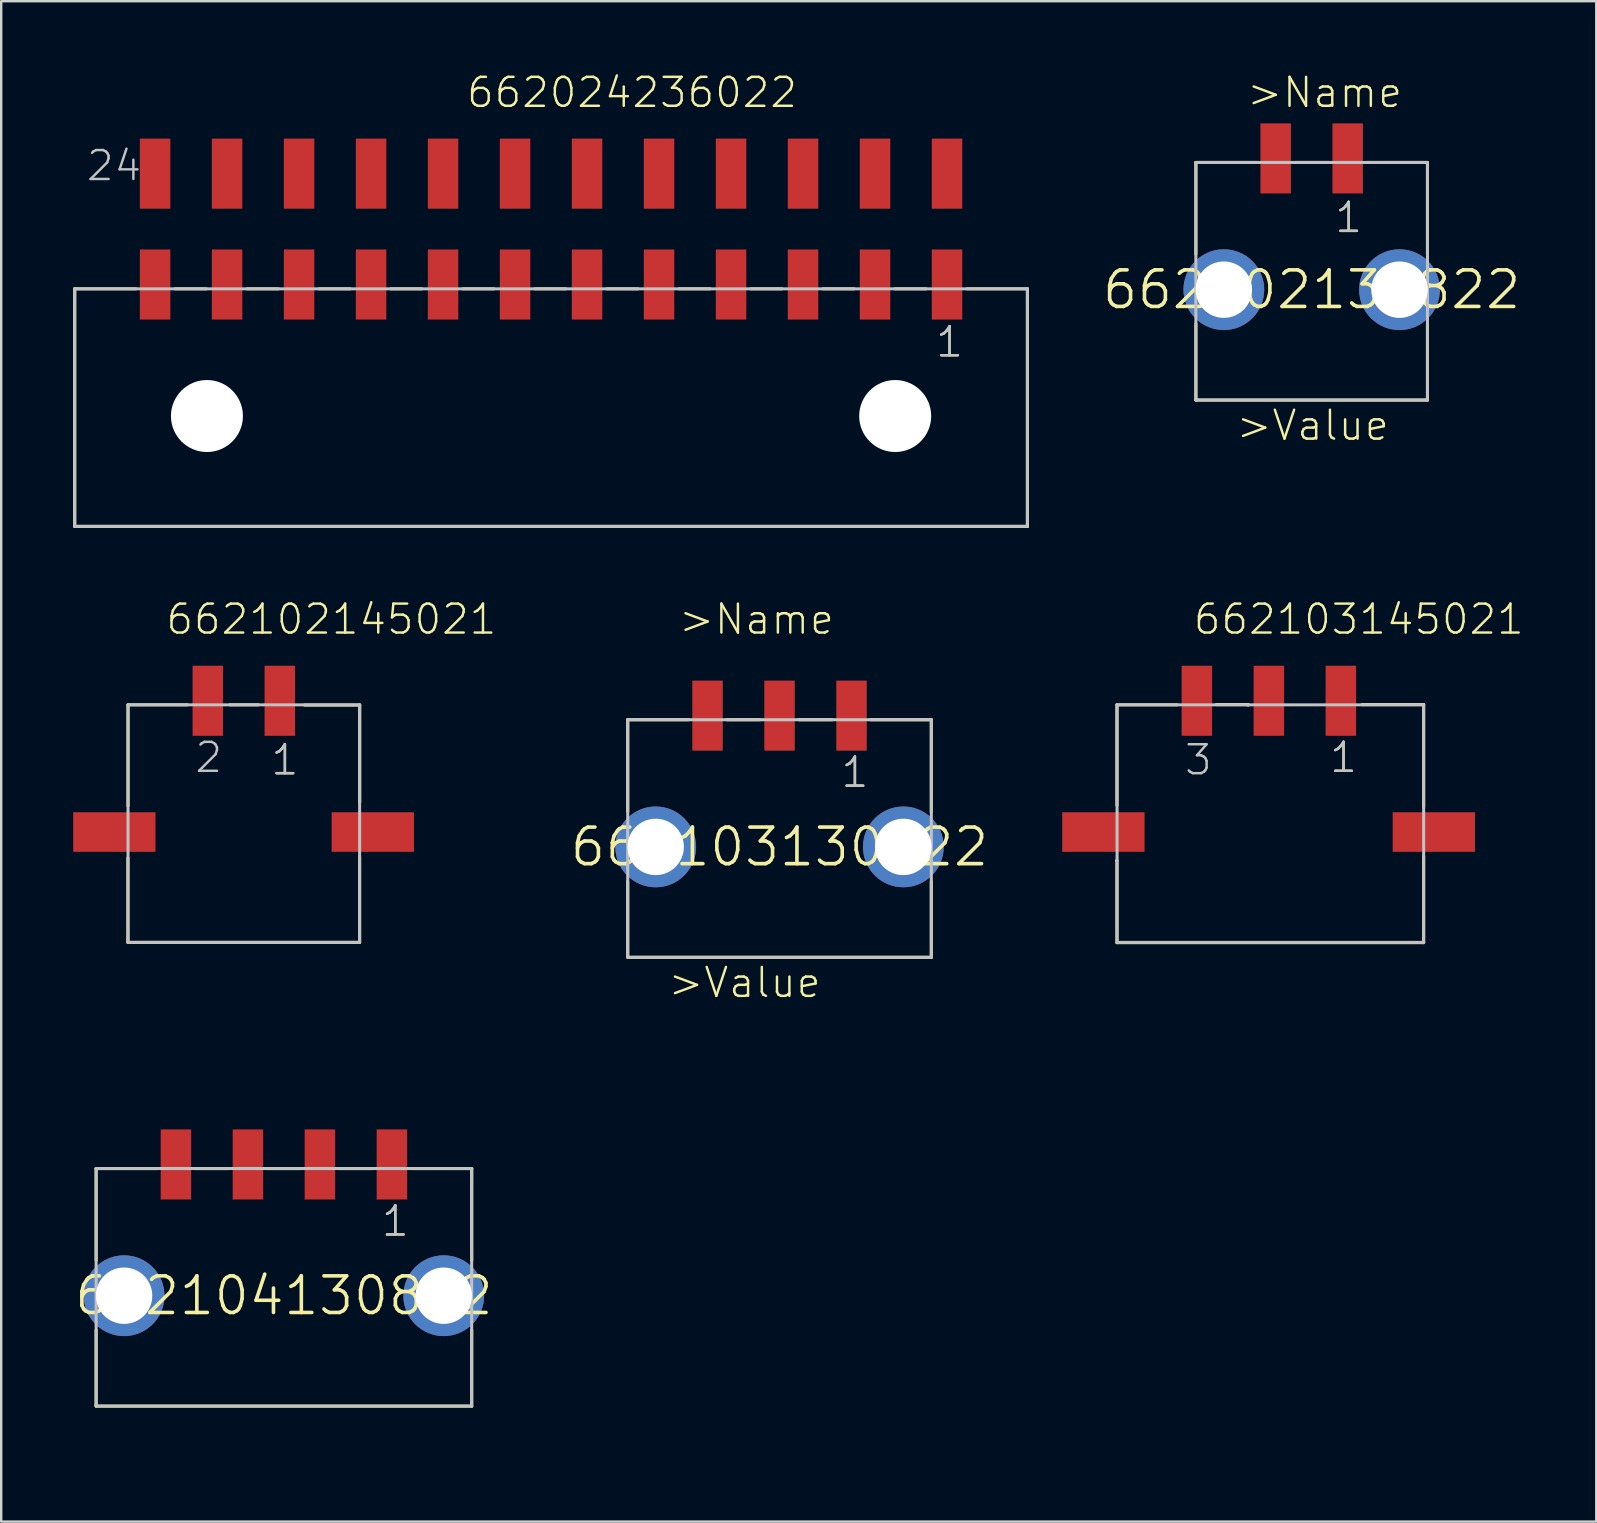
<source format=kicad_pcb>
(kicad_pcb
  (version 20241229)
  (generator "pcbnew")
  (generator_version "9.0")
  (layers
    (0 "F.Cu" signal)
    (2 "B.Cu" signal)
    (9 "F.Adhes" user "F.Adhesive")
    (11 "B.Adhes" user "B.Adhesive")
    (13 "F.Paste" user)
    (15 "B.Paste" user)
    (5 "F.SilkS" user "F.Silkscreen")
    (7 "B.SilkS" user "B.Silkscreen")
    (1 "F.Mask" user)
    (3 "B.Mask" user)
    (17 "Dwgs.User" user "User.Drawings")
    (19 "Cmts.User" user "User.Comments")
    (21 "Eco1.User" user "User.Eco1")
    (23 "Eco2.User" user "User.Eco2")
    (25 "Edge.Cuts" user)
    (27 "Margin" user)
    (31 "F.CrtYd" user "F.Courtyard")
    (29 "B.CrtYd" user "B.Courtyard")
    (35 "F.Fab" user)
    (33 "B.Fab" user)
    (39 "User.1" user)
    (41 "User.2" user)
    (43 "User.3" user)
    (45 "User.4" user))
  (footprint "662104130822"
    (layer "F.Cu")
    (at 8.781 50.943)
    (property "Reference" "662104130822" (at 0 0 0) (layer "F.SilkS") (effects (font (size 1.524 1.524) (thickness 0.15))))
    (attr through_hole)
    (fp_line (start -7.83 4.56) (end -7.825 4.56) (stroke (width 0.127) (type solid)) (layer "F.SilkS"))
    (fp_line (start -7.825 -1.47) (end -7.825 -5.3) (stroke (width 0.127) (type solid)) (layer "F.SilkS"))
    (fp_line (start -7.825 1.43) (end -7.825 4.6) (stroke (width 0.127) (type solid)) (layer "F.SilkS"))
    (fp_line (start -7.825 4.6) (end 7.825 4.6) (stroke (width 0.127) (type solid)) (layer "F.SilkS"))
    (fp_line (start -5.28 -5.3) (end -7.825 -5.3) (stroke (width 0.127) (type solid)) (layer "F.SilkS"))
    (fp_line (start -3.7 -5.3) (end -2.3 -5.3) (stroke (width 0.127) (type solid)) (layer "F.SilkS"))
    (fp_line (start -0.7 -5.3) (end 0.7 -5.3) (stroke (width 0.127) (type solid)) (layer "F.SilkS"))
    (fp_line (start 2.3 -5.3) (end 3.7 -5.3) (stroke (width 0.127) (type solid)) (layer "F.SilkS"))
    (fp_line (start 7.825 -5.3) (end 5.28 -5.3) (stroke (width 0.127) (type solid)) (layer "F.SilkS"))
    (fp_line (start 7.825 -1.47) (end 7.825 -5.3) (stroke (width 0.127) (type solid)) (layer "F.SilkS"))
    (fp_line (start 7.825 1.43) (end 7.825 4.6) (stroke (width 0.127) (type solid)) (layer "F.SilkS"))
    (fp_line (start -7.825 -5.3) (end 7.825 -5.3) (stroke (width 0.127) (type solid)) (layer "Dwgs.User"))
    (fp_line (start -7.825 4.56) (end -7.825 -5.3) (stroke (width 0.127) (type solid)) (layer "Dwgs.User"))
    (fp_line (start -7.825 4.6) (end 7.825 4.6) (stroke (width 0.127) (type solid)) (layer "Dwgs.User"))
    (fp_line (start 7.825 -5.3) (end 7.825 4.6) (stroke (width 0.127) (type solid)) (layer "Dwgs.User"))
    (fp_text user "" (at -3.23 -8.78 0) (layer "F.SilkS") (effects (font (size 1.206 1.206) (thickness 0.102)) (justify left bottom)))
    (fp_text user "" (at -3.67 6.36 0) (layer "F.SilkS") (effects (font (size 1.206 1.206) (thickness 0.102)) (justify left bottom)))
    (fp_text user "1" (at 4 -2.4 0) (layer "F.SilkS") (effects (font (size 1.206 1.206) (thickness 0.102)) (justify left bottom)))
    (fp_text user "1" (at 4 -2.4 0) (layer "Dwgs.User") (effects (font (size 1.206 1.206) (thickness 0.102)) (justify left bottom)))
    (pad "1" smd rect (at 4.5 -5.47 90) (size 2.92 1.27) (layers "F.Cu" "F.Mask" "F.Paste"))
    (pad "2" smd rect (at 1.5 -5.47 90) (size 2.92 1.27) (layers "F.Cu" "F.Mask" "F.Paste"))
    (pad "3" smd rect (at -1.5 -5.47 90) (size 2.92 1.27) (layers "F.Cu" "F.Mask" "F.Paste"))
    (pad "4" smd rect (at -4.5 -5.47 90) (size 2.92 1.27) (layers "F.Cu" "F.Mask" "F.Paste"))
    (pad "Z1" thru_hole circle (at -6.66 0) (size 3.366 3.366) (drill 2.35) (layers "*.Cu" "*.Mask"))
    (pad "Z2" thru_hole circle (at 6.66 0) (size 3.366 3.366) (drill 2.35) (layers "*.Cu" "*.Mask")))
  (footprint "662103145021"
    (layer "F.Cu")
    (at 49.824 31.621)
    (property "Reference" "662103145021" (at -3.21 -8.16 0) (layer "F.SilkS") (effects (font (size 1.206 1.206) (thickness 0.102)) (justify left bottom)))
    (attr through_hole)
    (fp_line (start -6.34 1.19) (end -6.33 1.19) (stroke (width 0.127) (type solid)) (layer "F.SilkS"))
    (fp_line (start -6.33 -5.3) (end -6.33 -1.11) (stroke (width 0.127) (type solid)) (layer "F.SilkS"))
    (fp_line (start -6.33 1.19) (end -6.33 4.61) (stroke (width 0.127) (type solid)) (layer "F.SilkS"))
    (fp_line (start -6.33 4.61) (end 6.45 4.61) (stroke (width 0.127) (type solid)) (layer "F.SilkS"))
    (fp_line (start -3.82 -5.3) (end -6.33 -5.3) (stroke (width 0.127) (type solid)) (layer "F.SilkS"))
    (fp_line (start -2.19 -5.31) (end -0.86 -5.31) (stroke (width 0.127) (type solid)) (layer "F.SilkS"))
    (fp_line (start -0.86 -5.31) (end -0.86 -5.29) (stroke (width 0.127) (type solid)) (layer "F.SilkS"))
    (fp_line (start 3.88 -5.31) (end 6.45 -5.31) (stroke (width 0.127) (type solid)) (layer "F.SilkS"))
    (fp_line (start 6.45 -5.31) (end 6.45 -1.05) (stroke (width 0.127) (type solid)) (layer "F.SilkS"))
    (fp_line (start 6.45 4.61) (end 6.45 1.01) (stroke (width 0.127) (type solid)) (layer "F.SilkS"))
    (fp_line (start -6.325 -5.3) (end 6.45 -5.3) (stroke (width 0.127) (type solid)) (layer "Dwgs.User"))
    (fp_line (start -6.325 4.6) (end -6.325 -5.3) (stroke (width 0.127) (type solid)) (layer "Dwgs.User"))
    (fp_line (start 6.45 -5.3) (end 6.45 4.6) (stroke (width 0.127) (type solid)) (layer "Dwgs.User"))
    (fp_line (start 6.45 4.6) (end -6.325 4.6) (stroke (width 0.127) (type solid)) (layer "Dwgs.User"))
    (fp_text user "1" (at 2.47 -2.4 0) (layer "F.SilkS") (effects (font (size 1.206 1.206) (thickness 0.102)) (justify left bottom)))
    (fp_text user "1" (at 2.47 -2.4 0) (layer "Dwgs.User") (effects (font (size 1.206 1.206) (thickness 0.102)) (justify left bottom)))
    (fp_text user "3" (at -3.58 -2.3 0) (layer "Dwgs.User") (effects (font (size 1.206 1.206) (thickness 0.102)) (justify left bottom)))
    (pad "1" smd rect (at 3 -5.47 90) (size 2.92 1.27) (layers "F.Cu" "F.Mask" "F.Paste"))
    (pad "2" smd rect (at 0 -5.47 90) (size 2.92 1.27) (layers "F.Cu" "F.Mask" "F.Paste"))
    (pad "3" smd rect (at -3 -5.47 90) (size 2.92 1.27) (layers "F.Cu" "F.Mask" "F.Paste"))
    (pad "M1" smd rect (at 6.875 0) (size 3.43 1.65) (layers "F.Cu" "F.Mask" "F.Paste"))
    (pad "M2" smd rect (at -6.895 0) (size 3.43 1.65) (layers "F.Cu" "F.Mask" "F.Paste")))
  (footprint "662024236022"
    (layer "F.Cu")
    (at 19.913 14.286)
    (property "Reference" "662024236022" (at -3.585 -12.775 0) (layer "F.SilkS") (effects (font (size 1.206 1.206) (thickness 0.102)) (justify left bottom)))
    (attr through_hole)
    (fp_line (start -19.85 -5.3) (end -19.85 4.6) (stroke (width 0.127) (type solid)) (layer "F.SilkS"))
    (fp_line (start -19.85 4.6) (end 19.85 4.6) (stroke (width 0.127) (type solid)) (layer "F.SilkS"))
    (fp_line (start -17.3 -5.3) (end -19.85 -5.3) (stroke (width 0.127) (type solid)) (layer "F.SilkS"))
    (fp_line (start -15.67 -5.3) (end -14.36 -5.3) (stroke (width 0.127) (type solid)) (layer "F.SilkS"))
    (fp_line (start -12.67 -5.3) (end -11.36 -5.3) (stroke (width 0.127) (type solid)) (layer "F.SilkS"))
    (fp_line (start -9.67 -5.3) (end -8.36 -5.3) (stroke (width 0.127) (type solid)) (layer "F.SilkS"))
    (fp_line (start -6.68 -5.3) (end -5.37 -5.3) (stroke (width 0.127) (type solid)) (layer "F.SilkS"))
    (fp_line (start -3.68 -5.3) (end -2.37 -5.3) (stroke (width 0.127) (type solid)) (layer "F.SilkS"))
    (fp_line (start -0.68 -5.3) (end 0.63 -5.3) (stroke (width 0.127) (type solid)) (layer "F.SilkS"))
    (fp_line (start 2.32 -5.3) (end 3.63 -5.3) (stroke (width 0.127) (type solid)) (layer "F.SilkS"))
    (fp_line (start 5.33 -5.3) (end 6.64 -5.3) (stroke (width 0.127) (type solid)) (layer "F.SilkS"))
    (fp_line (start 8.32 -5.3) (end 9.63 -5.3) (stroke (width 0.127) (type solid)) (layer "F.SilkS"))
    (fp_line (start 11.33 -5.3) (end 12.64 -5.3) (stroke (width 0.127) (type solid)) (layer "F.SilkS"))
    (fp_line (start 14.33 -5.3) (end 15.64 -5.3) (stroke (width 0.127) (type solid)) (layer "F.SilkS"))
    (fp_line (start 17.33 -5.3) (end 19.85 -5.3) (stroke (width 0.127) (type solid)) (layer "F.SilkS"))
    (fp_line (start 19.85 4.6) (end 19.85 -5.3) (stroke (width 0.127) (type solid)) (layer "F.SilkS"))
    (fp_line (start -19.85 -5.3) (end 19.85 -5.3) (stroke (width 0.127) (type solid)) (layer "Dwgs.User"))
    (fp_line (start -19.85 4.6) (end -19.85 -5.3) (stroke (width 0.127) (type solid)) (layer "Dwgs.User"))
    (fp_line (start 19.85 -5.3) (end 19.85 4.6) (stroke (width 0.127) (type solid)) (layer "Dwgs.User"))
    (fp_line (start 19.85 4.6) (end -19.85 4.6) (stroke (width 0.127) (type solid)) (layer "Dwgs.User"))
    (fp_text user "1" (at 15.965 -2.38 0) (layer "F.SilkS") (effects (font (size 1.206 1.206) (thickness 0.102)) (justify left bottom)))
    (fp_text user "24" (at -19.425 -9.725 0) (layer "Dwgs.User") (effects (font (size 1.206 1.206) (thickness 0.102)) (justify left bottom)))
    (fp_text user "1" (at 15.965 -2.38 0) (layer "Dwgs.User") (effects (font (size 1.206 1.206) (thickness 0.102)) (justify left bottom)))
    (pad "" np_thru_hole circle (at -14.34 0) (size 3 3) (drill 3) (layers "*.Cu"))
    (pad "" np_thru_hole circle (at 14.34 0) (size 3 3) (drill 3) (layers "*.Cu"))
    (pad "1" smd rect (at 16.5 -5.48 90) (size 2.92 1.27) (layers "F.Cu" "F.Mask" "F.Paste"))
    (pad "2" smd rect (at 13.5 -5.48 90) (size 2.92 1.27) (layers "F.Cu" "F.Mask" "F.Paste"))
    (pad "3" smd rect (at 10.5 -5.48 90) (size 2.92 1.27) (layers "F.Cu" "F.Mask" "F.Paste"))
    (pad "4" smd rect (at 7.5 -5.48 90) (size 2.92 1.27) (layers "F.Cu" "F.Mask" "F.Paste"))
    (pad "5" smd rect (at 4.5 -5.48 90) (size 2.92 1.27) (layers "F.Cu" "F.Mask" "F.Paste"))
    (pad "6" smd rect (at 1.5 -5.48 90) (size 2.92 1.27) (layers "F.Cu" "F.Mask" "F.Paste"))
    (pad "7" smd rect (at -1.5 -5.48 90) (size 2.92 1.27) (layers "F.Cu" "F.Mask" "F.Paste"))
    (pad "8" smd rect (at -4.5 -5.48 90) (size 2.92 1.27) (layers "F.Cu" "F.Mask" "F.Paste"))
    (pad "9" smd rect (at -7.5 -5.48 90) (size 2.92 1.27) (layers "F.Cu" "F.Mask" "F.Paste"))
    (pad "10" smd rect (at -10.5 -5.48 90) (size 2.92 1.27) (layers "F.Cu" "F.Mask" "F.Paste"))
    (pad "11" smd rect (at -13.5 -5.48 90) (size 2.92 1.27) (layers "F.Cu" "F.Mask" "F.Paste"))
    (pad "12" smd rect (at -16.5 -5.48 90) (size 2.92 1.27) (layers "F.Cu" "F.Mask" "F.Paste"))
    (pad "13" smd rect (at 16.5 -10.1 90) (size 2.92 1.27) (layers "F.Cu" "F.Mask" "F.Paste"))
    (pad "14" smd rect (at 13.5 -10.1 90) (size 2.92 1.27) (layers "F.Cu" "F.Mask" "F.Paste"))
    (pad "15" smd rect (at 10.5 -10.1 90) (size 2.92 1.27) (layers "F.Cu" "F.Mask" "F.Paste"))
    (pad "16" smd rect (at 7.5 -10.1 90) (size 2.92 1.27) (layers "F.Cu" "F.Mask" "F.Paste"))
    (pad "17" smd rect (at 4.5 -10.1 90) (size 2.92 1.27) (layers "F.Cu" "F.Mask" "F.Paste"))
    (pad "18" smd rect (at 1.5 -10.1 90) (size 2.92 1.27) (layers "F.Cu" "F.Mask" "F.Paste"))
    (pad "19" smd rect (at -1.5 -10.1 90) (size 2.92 1.27) (layers "F.Cu" "F.Mask" "F.Paste"))
    (pad "20" smd rect (at -4.5 -10.1 90) (size 2.92 1.27) (layers "F.Cu" "F.Mask" "F.Paste"))
    (pad "21" smd rect (at -7.5 -10.1 90) (size 2.92 1.27) (layers "F.Cu" "F.Mask" "F.Paste"))
    (pad "22" smd rect (at -10.5 -10.1 90) (size 2.92 1.27) (layers "F.Cu" "F.Mask" "F.Paste"))
    (pad "23" smd rect (at -13.5 -10.1 90) (size 2.92 1.27) (layers "F.Cu" "F.Mask" "F.Paste"))
    (pad "24" smd rect (at -16.5 -10.1 90) (size 2.92 1.27) (layers "F.Cu" "F.Mask" "F.Paste")))
  (footprint "662102145021"
    (layer "F.Cu")
    (at 7.11 31.621)
    (property "Reference" "662102145021" (at -3.31 -8.16 0) (layer "F.SilkS") (effects (font (size 1.206 1.206) (thickness 0.102)) (justify left bottom)))
    (attr through_hole)
    (fp_line (start -4.83 1.07) (end -4.83 4.6) (stroke (width 0.127) (type solid)) (layer "F.SilkS"))
    (fp_line (start -4.83 4.6) (end 4.825 4.6) (stroke (width 0.127) (type solid)) (layer "F.SilkS"))
    (fp_line (start -4.825 -5.3) (end -4.825 -1.08) (stroke (width 0.127) (type solid)) (layer "F.SilkS"))
    (fp_line (start -2.35 -5.3) (end -4.825 -5.3) (stroke (width 0.127) (type solid)) (layer "F.SilkS"))
    (fp_line (start -0.58 -5.3) (end 0.6 -5.3) (stroke (width 0.127) (type solid)) (layer "F.SilkS"))
    (fp_line (start 2.53 -5.29) (end 4.83 -5.29) (stroke (width 0.127) (type solid)) (layer "F.SilkS"))
    (fp_line (start 4.825 4.6) (end 4.825 1.03) (stroke (width 0.127) (type solid)) (layer "F.SilkS"))
    (fp_line (start 4.83 -5.29) (end 4.83 -1.24) (stroke (width 0.127) (type solid)) (layer "F.SilkS"))
    (fp_line (start -4.825 -5.3) (end 4.825 -5.3) (stroke (width 0.127) (type solid)) (layer "Dwgs.User"))
    (fp_line (start -4.825 4.6) (end -4.825 -5.3) (stroke (width 0.127) (type solid)) (layer "Dwgs.User"))
    (fp_line (start 4.825 -5.3) (end 4.825 4.6) (stroke (width 0.127) (type solid)) (layer "Dwgs.User"))
    (fp_line (start 4.825 4.6) (end -4.825 4.6) (stroke (width 0.127) (type solid)) (layer "Dwgs.User"))
    (fp_text user "1" (at 1.07 -2.3 0) (layer "F.SilkS") (effects (font (size 1.206 1.206) (thickness 0.102)) (justify left bottom)))
    (fp_text user "2" (at -2.105 -2.4 0) (layer "Dwgs.User") (effects (font (size 1.206 1.206) (thickness 0.102)) (justify left bottom)))
    (fp_text user "1" (at 1.07 -2.3 0) (layer "Dwgs.User") (effects (font (size 1.206 1.206) (thickness 0.102)) (justify left bottom)))
    (pad "1" smd rect (at 1.5 -5.47 90) (size 2.92 1.27) (layers "F.Cu" "F.Mask" "F.Paste"))
    (pad "2" smd rect (at -1.5 -5.47 90) (size 2.92 1.27) (layers "F.Cu" "F.Mask" "F.Paste"))
    (pad "M1" smd rect (at 5.375 0) (size 3.43 1.65) (layers "F.Cu" "F.Mask" "F.Paste"))
    (pad "M2" smd rect (at -5.395 0) (size 3.43 1.65) (layers "F.Cu" "F.Mask" "F.Paste")))
  (footprint "662103130822"
    (layer "F.Cu")
    (at 29.433 32.241)
    (property "Reference" "662103130822" (at 0 0 0) (layer "F.SilkS") (effects (font (size 1.524 1.524) (thickness 0.15))))
    (attr through_hole)
    (fp_line (start -6.33 4.56) (end -6.325 4.56) (stroke (width 0.127) (type solid)) (layer "F.SilkS"))
    (fp_line (start -6.325 -1.47) (end -6.325 -5.3) (stroke (width 0.127) (type solid)) (layer "F.SilkS"))
    (fp_line (start -6.325 1.43) (end -6.325 4.6) (stroke (width 0.127) (type solid)) (layer "F.SilkS"))
    (fp_line (start -6.325 4.6) (end 6.325 4.6) (stroke (width 0.127) (type solid)) (layer "F.SilkS"))
    (fp_line (start -3.78 -5.3) (end -6.325 -5.3) (stroke (width 0.127) (type solid)) (layer "F.SilkS"))
    (fp_line (start -2.2 -5.3) (end -0.8 -5.3) (stroke (width 0.127) (type solid)) (layer "F.SilkS"))
    (fp_line (start 0.8 -5.3) (end 2.2 -5.3) (stroke (width 0.127) (type solid)) (layer "F.SilkS"))
    (fp_line (start 6.325 -5.3) (end 3.78 -5.3) (stroke (width 0.127) (type solid)) (layer "F.SilkS"))
    (fp_line (start 6.325 -1.47) (end 6.325 -5.3) (stroke (width 0.127) (type solid)) (layer "F.SilkS"))
    (fp_line (start 6.325 1.43) (end 6.325 4.6) (stroke (width 0.127) (type solid)) (layer "F.SilkS"))
    (fp_line (start -6.325 -5.3) (end 6.325 -5.3) (stroke (width 0.127) (type solid)) (layer "Dwgs.User"))
    (fp_line (start -6.325 4.56) (end -6.325 -5.3) (stroke (width 0.127) (type solid)) (layer "Dwgs.User"))
    (fp_line (start -6.325 4.6) (end 6.325 4.6) (stroke (width 0.127) (type solid)) (layer "Dwgs.User"))
    (fp_line (start 6.325 -5.3) (end 6.325 4.6) (stroke (width 0.127) (type solid)) (layer "Dwgs.User"))
    (fp_text user "1" (at 2.5 -2.4 0) (layer "F.SilkS") (effects (font (size 1.206 1.206) (thickness 0.102)) (justify left bottom)))
    (fp_text user ">Name" (at -4.27 -8.78 0) (layer "F.SilkS") (effects (font (size 1.206 1.206) (thickness 0.102)) (justify left bottom)))
    (fp_text user ">Value" (at -4.71 6.36 0) (layer "F.SilkS") (effects (font (size 1.206 1.206) (thickness 0.102)) (justify left bottom)))
    (fp_text user "1" (at 2.5 -2.4 0) (layer "Dwgs.User") (effects (font (size 1.206 1.206) (thickness 0.102)) (justify left bottom)))
    (pad "1" smd rect (at 3 -5.47 90) (size 2.92 1.27) (layers "F.Cu" "F.Mask" "F.Paste"))
    (pad "2" smd rect (at 0 -5.47 90) (size 2.92 1.27) (layers "F.Cu" "F.Mask" "F.Paste"))
    (pad "3" smd rect (at -3 -5.47 90) (size 2.92 1.27) (layers "F.Cu" "F.Mask" "F.Paste"))
    (pad "Z1" thru_hole circle (at -5.16 0) (size 3.366 3.366) (drill 2.35) (layers "*.Cu" "*.Mask"))
    (pad "Z2" thru_hole circle (at 5.16 0) (size 3.366 3.366) (drill 2.35) (layers "*.Cu" "*.Mask")))
  (footprint "662102130822"
    (layer "F.Cu")
    (at 51.608 9.021)
    (property "Reference" "662102130822" (at 0 0 0) (layer "F.SilkS") (effects (font (size 1.524 1.524) (thickness 0.15))))
    (attr through_hole)
    (fp_line (start -4.83 4.56) (end -4.825 4.56) (stroke (width 0.127) (type solid)) (layer "F.SilkS"))
    (fp_line (start -4.825 -1.47) (end -4.825 -5.3) (stroke (width 0.127) (type solid)) (layer "F.SilkS"))
    (fp_line (start -4.825 1.43) (end -4.825 4.6) (stroke (width 0.127) (type solid)) (layer "F.SilkS"))
    (fp_line (start -4.825 4.6) (end 4.825 4.6) (stroke (width 0.127) (type solid)) (layer "F.SilkS"))
    (fp_line (start -2.28 -5.3) (end -4.825 -5.3) (stroke (width 0.127) (type solid)) (layer "F.SilkS"))
    (fp_line (start -0.7 -5.3) (end 0.7 -5.3) (stroke (width 0.127) (type solid)) (layer "F.SilkS"))
    (fp_line (start 4.825 -5.3) (end 2.28 -5.3) (stroke (width 0.127) (type solid)) (layer "F.SilkS"))
    (fp_line (start 4.825 -1.47) (end 4.825 -5.3) (stroke (width 0.127) (type solid)) (layer "F.SilkS"))
    (fp_line (start 4.825 1.43) (end 4.825 4.6) (stroke (width 0.127) (type solid)) (layer "F.SilkS"))
    (fp_line (start -4.825 -5.3) (end 4.825 -5.3) (stroke (width 0.127) (type solid)) (layer "Dwgs.User"))
    (fp_line (start -4.825 4.56) (end -4.825 -5.3) (stroke (width 0.127) (type solid)) (layer "Dwgs.User"))
    (fp_line (start -4.825 4.6) (end 4.825 4.6) (stroke (width 0.127) (type solid)) (layer "Dwgs.User"))
    (fp_line (start 4.825 -5.3) (end 4.825 4.6) (stroke (width 0.127) (type solid)) (layer "Dwgs.User"))
    (fp_text user ">Name" (at -2.77 -7.51 0) (layer "F.SilkS") (effects (font (size 1.206 1.206) (thickness 0.102)) (justify left bottom)))
    (fp_text user ">Value" (at -3.21 6.36 0) (layer "F.SilkS") (effects (font (size 1.206 1.206) (thickness 0.102)) (justify left bottom)))
    (fp_text user "1" (at 0.9 -2.3 0) (layer "F.SilkS") (effects (font (size 1.206 1.206) (thickness 0.102)) (justify left bottom)))
    (fp_text user "1" (at 0.9 -2.3 0) (layer "Dwgs.User") (effects (font (size 1.206 1.206) (thickness 0.102)) (justify left bottom)))
    (pad "1" smd rect (at 1.5 -5.47 90) (size 2.92 1.27) (layers "F.Cu" "F.Mask" "F.Paste"))
    (pad "2" smd rect (at -1.5 -5.47 90) (size 2.92 1.27) (layers "F.Cu" "F.Mask" "F.Paste"))
    (pad "Z1" thru_hole circle (at -3.66 0) (size 3.366 3.366) (drill 2.35) (layers "*.Cu" "*.Mask"))
    (pad "Z2" thru_hole circle (at 3.66 0) (size 3.366 3.366) (drill 2.35) (layers "*.Cu" "*.Mask")))
  (gr_rect
    (start -3 -3)
    (end 63.467 60.355)
    (stroke (width 0.1) (type default))
    (fill no)
    (layer "Edge.Cuts")))
</source>
